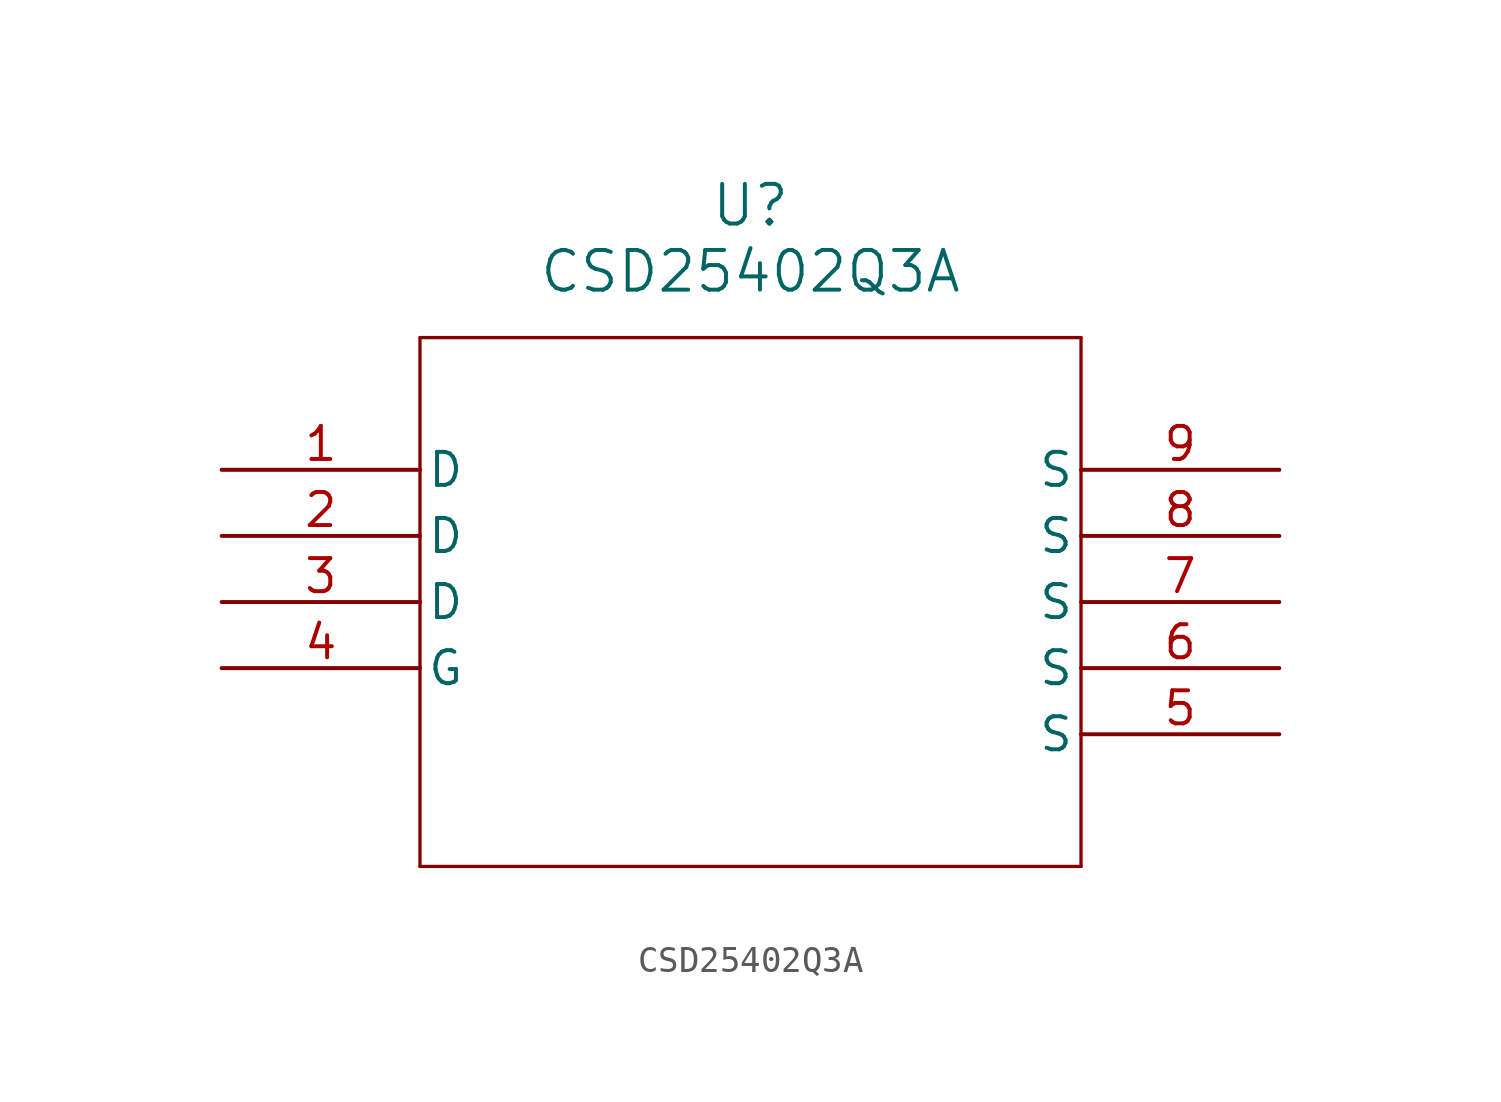
<source format=kicad_sym>
(kicad_symbol_lib
  (version 20211014)
  (generator kicad_symbol_editor)
  (symbol "CSD25402Q3A"
    (pin_names
      (offset 0.254))
    (property "Reference" "U"
      (at 20.32 10.16 0)
      (effects (font (size 1.524 1.524))))
    (property "Value" "CSD25402Q3A"
      (at 20.32 7.62 0)
      (effects (font (size 1.524 1.524))))
    (symbol "CSD25402Q3A_0_1"
      (polyline (pts (xy 7.62 5.08) (xy 7.62 -15.24)) (stroke (width 0.127) (type default) (color 0 0 0 0)) (fill (type none)))
      (polyline (pts (xy 7.62 -15.24) (xy 33.02 -15.24)) (stroke (width 0.127) (type default) (color 0 0 0 0)) (fill (type none)))
      (polyline (pts (xy 33.02 -15.24) (xy 33.02 5.08)) (stroke (width 0.127) (type default) (color 0 0 0 0)) (fill (type none)))
      (polyline (pts (xy 33.02 5.08) (xy 7.62 5.08)) (stroke (width 0.127) (type default) (color 0 0 0 0)) (fill (type none)))
      (pin unspecified line (at 0 0 0) (length 7.62) (name "D" (effects (font (size 1.27 1.27)))) (number "1" (effects (font (size 1.27 1.27)))))
      (pin unspecified line (at 0 -2.54 0) (length 7.62) (name "D" (effects (font (size 1.27 1.27)))) (number "2" (effects (font (size 1.27 1.27)))))
      (pin unspecified line (at 0 -5.08 0) (length 7.62) (name "D" (effects (font (size 1.27 1.27)))) (number "3" (effects (font (size 1.27 1.27)))))
      (pin unspecified line (at 0 -7.62 0) (length 7.62) (name "G" (effects (font (size 1.27 1.27)))) (number "4" (effects (font (size 1.27 1.27)))))
      (pin unspecified line (at 40.64 -10.16 180) (length 7.62) (name "S" (effects (font (size 1.27 1.27)))) (number "5" (effects (font (size 1.27 1.27)))))
      (pin unspecified line (at 40.64 -7.62 180) (length 7.62) (name "S" (effects (font (size 1.27 1.27)))) (number "6" (effects (font (size 1.27 1.27)))))
      (pin unspecified line (at 40.64 -5.08 180) (length 7.62) (name "S" (effects (font (size 1.27 1.27)))) (number "7" (effects (font (size 1.27 1.27)))))
      (pin unspecified line (at 40.64 -2.54 180) (length 7.62) (name "S" (effects (font (size 1.27 1.27)))) (number "8" (effects (font (size 1.27 1.27)))))
      (pin unspecified line (at 40.64 0 180) (length 7.62) (name "S" (effects (font (size 1.27 1.27)))) (number "9" (effects (font (size 1.27 1.27))))))))
</source>
